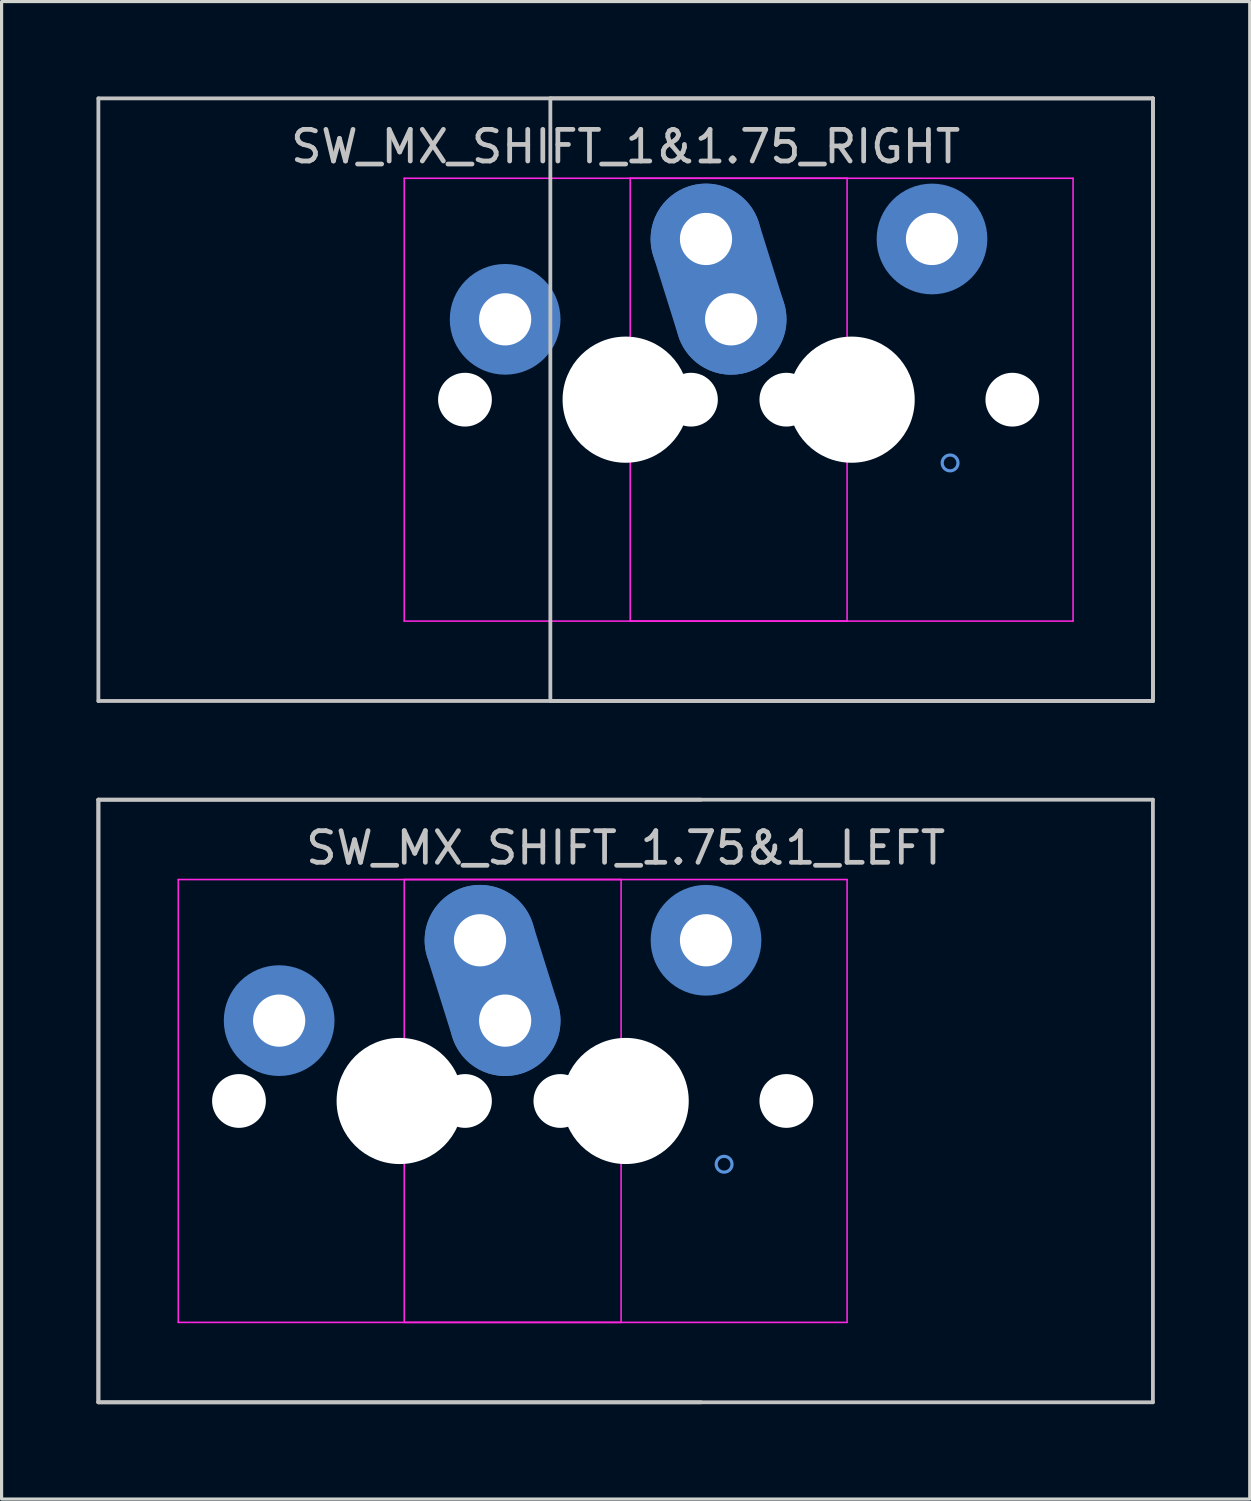
<source format=kicad_pcb>
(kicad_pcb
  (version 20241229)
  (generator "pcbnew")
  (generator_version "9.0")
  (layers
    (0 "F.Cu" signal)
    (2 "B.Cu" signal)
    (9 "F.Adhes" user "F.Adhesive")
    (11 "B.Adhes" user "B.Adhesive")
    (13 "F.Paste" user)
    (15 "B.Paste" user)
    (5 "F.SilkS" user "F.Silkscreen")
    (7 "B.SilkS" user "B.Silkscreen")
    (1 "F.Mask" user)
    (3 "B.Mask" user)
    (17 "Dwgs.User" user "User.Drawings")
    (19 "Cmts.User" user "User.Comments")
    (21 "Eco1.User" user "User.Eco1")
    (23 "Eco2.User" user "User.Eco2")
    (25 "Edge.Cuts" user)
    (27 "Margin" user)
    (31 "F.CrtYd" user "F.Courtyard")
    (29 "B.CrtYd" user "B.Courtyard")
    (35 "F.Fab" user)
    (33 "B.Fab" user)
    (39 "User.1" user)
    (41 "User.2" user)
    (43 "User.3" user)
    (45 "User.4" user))
  (footprint "SW_MX_SHIFT_1.75&1_LEFT"
    (layer "F.Cu")
    (at 9.585 31.755)
    (property "Reference" "SW_MX_SHIFT_1.75&1_LEFT" (at 7.144 -8 0) (layer "Dwgs.User") (effects (font (size 1 1) (thickness 0.15))))
    (attr through_hole exclude_from_pos_files exclude_from_bom)
    (fp_line (start -9.525 -9.525) (end -9.525 9.525) (stroke (width 0.12) (type solid)) (layer "Dwgs.User"))
    (fp_line (start -9.525 -9.525) (end -9.525 9.525) (stroke (width 0.12) (type solid)) (layer "Dwgs.User"))
    (fp_line (start -9.525 9.525) (end 9.525 9.525) (stroke (width 0.12) (type solid)) (layer "Dwgs.User"))
    (fp_line (start -9.525 9.525) (end 23.812 9.525) (stroke (width 0.12) (type solid)) (layer "Dwgs.User"))
    (fp_line (start 9.525 -9.525) (end -9.525 -9.525) (stroke (width 0.12) (type solid)) (layer "Dwgs.User"))
    (fp_line (start 23.812 -9.525) (end -9.525 -9.525) (stroke (width 0.12) (type solid)) (layer "Dwgs.User"))
    (fp_line (start 23.812 9.525) (end 23.812 -9.525) (stroke (width 0.12) (type solid)) (layer "Dwgs.User"))
    (fp_circle (center 10.256 2) (end 10.256 1.75) (stroke (width 0.1) (type default)) (fill no) (layer "Cmts.User"))
    (fp_line (start -7 6.5) (end -7 -6.5) (stroke (width 0.05) (type solid)) (layer "Eco2.User"))
    (fp_line (start -6.5 -7) (end 6.5 -7) (stroke (width 0.05) (type solid)) (layer "Eco2.User"))
    (fp_line (start 0.144 6.5) (end 0.144 -6.5) (stroke (width 0.05) (type solid)) (layer "Eco2.User"))
    (fp_line (start 0.644 -7) (end 13.644 -7) (stroke (width 0.05) (type solid)) (layer "Eco2.User"))
    (fp_line (start 6.5 7) (end -6.5 7) (stroke (width 0.05) (type solid)) (layer "Eco2.User"))
    (fp_line (start 7 -6.5) (end 7 6.5) (stroke (width 0.05) (type solid)) (layer "Eco2.User"))
    (fp_line (start 13.644 7) (end 0.644 7) (stroke (width 0.05) (type solid)) (layer "Eco2.User"))
    (fp_line (start 14.144 -6.5) (end 14.144 6.5) (stroke (width 0.05) (type solid)) (layer "Eco2.User"))
    (fp_arc (start -7 -6.5) (mid -6.853553 -6.853553) (end -6.5 -7) (stroke (width 0.05) (type solid)) (layer "Eco2.User"))
    (fp_arc (start -6.5 7) (mid -6.853553 6.853553) (end -7 6.5) (stroke (width 0.05) (type solid)) (layer "Eco2.User"))
    (fp_arc (start 0.14375 -6.5) (mid 0.290197 -6.853553) (end 0.64375 -7) (stroke (width 0.05) (type solid)) (layer "Eco2.User"))
    (fp_arc (start 0.64375 7) (mid 0.290197 6.853553) (end 0.14375 6.5) (stroke (width 0.05) (type solid)) (layer "Eco2.User"))
    (fp_arc (start 6.5 -7) (mid 6.853553 -6.853553) (end 7 -6.5) (stroke (width 0.05) (type solid)) (layer "Eco2.User"))
    (fp_arc (start 6.997236 6.498884) (mid 6.850805 6.852453) (end 6.497236 6.998884) (stroke (width 0.05) (type solid)) (layer "Eco2.User"))
    (fp_arc (start 13.64375 -7) (mid 13.997303 -6.853553) (end 14.14375 -6.5) (stroke (width 0.05) (type solid)) (layer "Eco2.User"))
    (fp_arc (start 14.140986 6.498884) (mid 13.994547 6.85246) (end 13.640986 6.998884) (stroke (width 0.05) (type solid)) (layer "Eco2.User"))
    (fp_line (start -7 -7) (end -7 7) (stroke (width 0.05) (type solid)) (layer "F.CrtYd"))
    (fp_line (start -7 7) (end 7 7) (stroke (width 0.05) (type solid)) (layer "F.CrtYd"))
    (fp_line (start 0.144 -7) (end 0.144 7) (stroke (width 0.05) (type solid)) (layer "F.CrtYd"))
    (fp_line (start 0.144 7) (end 14.144 7) (stroke (width 0.05) (type solid)) (layer "F.CrtYd"))
    (fp_line (start 7 -7) (end -7 -7) (stroke (width 0.05) (type solid)) (layer "F.CrtYd"))
    (fp_line (start 7 7) (end 7 -7) (stroke (width 0.05) (type solid)) (layer "F.CrtYd"))
    (fp_line (start 14.144 -7) (end 0.144 -7) (stroke (width 0.05) (type solid)) (layer "F.CrtYd"))
    (fp_line (start 14.144 7) (end 14.144 -7) (stroke (width 0.05) (type solid)) (layer "F.CrtYd"))
    (pad "" np_thru_hole circle (at -5.08 0) (size 1.7 1.7) (drill 1.7) (layers "*.Cu" "*.Mask"))
    (pad "" np_thru_hole circle (at 0 0) (size 3.988 3.988) (drill 3.988) (layers "*.Cu" "*.Mask"))
    (pad "" np_thru_hole circle (at 2.064 0) (size 1.7 1.7) (drill 1.7) (layers "*.Cu" "*.Mask"))
    (pad "" np_thru_hole circle (at 5.08 0) (size 1.7 1.7) (drill 1.7) (layers "*.Cu" "*.Mask"))
    (pad "" np_thru_hole circle (at 7.144 0) (size 3.988 3.988) (drill 3.988) (layers "*.Cu" "*.Mask"))
    (pad "" np_thru_hole circle (at 12.224 0) (size 1.7 1.7) (drill 1.7) (layers "*.Cu" "*.Mask"))
    (pad "1" thru_hole circle (at -3.81 -2.54) (size 2 2) (drill 1.65) (layers "*.Cu") (remove_unused_layers yes) (keep_end_layers yes) (zone_layer_connections))
    (pad "1" smd circle (at -3.81 -2.54) (size 2.5 2.5) (layers "B.Cu" "B.Mask"))
    (pad "1" smd circle (at -3.81 -2.54) (size 3.5 3.5) (layers "B.Cu"))
    (pad "1" thru_hole circle (at 9.684 -5.08) (size 2 2) (drill 1.65) (layers "*.Cu") (remove_unused_layers yes) (keep_end_layers yes) (zone_layer_connections))
    (pad "1" smd circle (at 9.684 -5.08) (size 2.5 2.5) (layers "B.Cu" "B.Mask"))
    (pad "1" smd circle (at 9.684 -5.08) (size 3.5 3.5) (layers "B.Cu"))
    (pad "2" thru_hole circle (at 2.54 -5.08) (size 2 2) (drill 1.65) (layers "*.Cu") (remove_unused_layers yes) (keep_end_layers yes) (zone_layer_connections))
    (pad "2" smd circle (at 2.54 -5.08) (size 2.5 2.5) (layers "B.Cu" "B.Mask"))
    (pad "2" smd circle (at 2.54 -5.08) (size 3.5 3.5) (layers "B.Cu"))
    (pad "2" smd oval (at 2.936 -3.81 197.4) (size 2 4.661) (layers "F.Cu"))
    (pad "2" smd oval (at 2.936 -3.81 197.4) (size 3.5 6.161) (layers "B.Cu"))
    (pad "2" thru_hole circle (at 3.334 -2.54) (size 2 2) (drill 1.65) (layers "*.Cu") (remove_unused_layers yes) (keep_end_layers yes) (zone_layer_connections))
    (pad "2" smd circle (at 3.334 -2.54) (size 2.5 2.5) (layers "B.Cu" "B.Mask"))
    (pad "2" smd circle (at 3.334 -2.54) (size 3.5 3.5) (layers "B.Cu")))
  (footprint "SW_MX_SHIFT_1&1.75_RIGHT"
    (layer "F.Cu")
    (at 16.729 9.585)
    (property "Reference" "SW_MX_SHIFT_1&1.75_RIGHT" (at 0 -8 0) (layer "Dwgs.User") (effects (font (size 1 1) (thickness 0.15))))
    (attr through_hole exclude_from_pos_files exclude_from_bom)
    (fp_line (start -16.669 -9.525) (end -16.669 9.525) (stroke (width 0.12) (type solid)) (layer "Dwgs.User"))
    (fp_line (start -16.669 9.525) (end 16.669 9.525) (stroke (width 0.12) (type solid)) (layer "Dwgs.User"))
    (fp_line (start -2.381 -9.525) (end -2.381 9.525) (stroke (width 0.12) (type solid)) (layer "Dwgs.User"))
    (fp_line (start -2.381 9.525) (end 16.669 9.525) (stroke (width 0.12) (type solid)) (layer "Dwgs.User"))
    (fp_line (start 16.669 -9.525) (end -16.669 -9.525) (stroke (width 0.12) (type solid)) (layer "Dwgs.User"))
    (fp_line (start 16.669 -9.525) (end -2.381 -9.525) (stroke (width 0.12) (type solid)) (layer "Dwgs.User"))
    (fp_line (start 16.669 9.525) (end 16.669 -9.525) (stroke (width 0.12) (type solid)) (layer "Dwgs.User"))
    (fp_line (start 16.669 9.525) (end 16.669 -9.525) (stroke (width 0.12) (type solid)) (layer "Dwgs.User"))
    (fp_circle (center 10.256 2) (end 10.256 1.75) (stroke (width 0.1) (type default)) (fill no) (layer "Cmts.User"))
    (fp_line (start -7 6.5) (end -7 -6.5) (stroke (width 0.05) (type solid)) (layer "Eco2.User"))
    (fp_line (start -6.5 -7) (end 6.5 -7) (stroke (width 0.05) (type solid)) (layer "Eco2.User"))
    (fp_line (start 0.144 6.5) (end 0.144 -6.5) (stroke (width 0.05) (type solid)) (layer "Eco2.User"))
    (fp_line (start 0.644 -7) (end 13.644 -7) (stroke (width 0.05) (type solid)) (layer "Eco2.User"))
    (fp_line (start 6.5 7) (end -6.5 7) (stroke (width 0.05) (type solid)) (layer "Eco2.User"))
    (fp_line (start 7 -6.5) (end 7 6.5) (stroke (width 0.05) (type solid)) (layer "Eco2.User"))
    (fp_line (start 13.644 7) (end 0.644 7) (stroke (width 0.05) (type solid)) (layer "Eco2.User"))
    (fp_line (start 14.144 -6.5) (end 14.144 6.5) (stroke (width 0.05) (type solid)) (layer "Eco2.User"))
    (fp_arc (start -7 -6.5) (mid -6.853553 -6.853553) (end -6.5 -7) (stroke (width 0.05) (type solid)) (layer "Eco2.User"))
    (fp_arc (start -6.5 7) (mid -6.853553 6.853553) (end -7 6.5) (stroke (width 0.05) (type solid)) (layer "Eco2.User"))
    (fp_arc (start 0.14375 -6.5) (mid 0.290197 -6.853553) (end 0.64375 -7) (stroke (width 0.05) (type solid)) (layer "Eco2.User"))
    (fp_arc (start 0.64375 7) (mid 0.290197 6.853553) (end 0.14375 6.5) (stroke (width 0.05) (type solid)) (layer "Eco2.User"))
    (fp_arc (start 6.5 -7) (mid 6.853553 -6.853553) (end 7 -6.5) (stroke (width 0.05) (type solid)) (layer "Eco2.User"))
    (fp_arc (start 6.997236 6.498884) (mid 6.850789 6.852437) (end 6.497236 6.998884) (stroke (width 0.05) (type solid)) (layer "Eco2.User"))
    (fp_arc (start 13.64375 -7) (mid 13.997303 -6.853553) (end 14.14375 -6.5) (stroke (width 0.05) (type solid)) (layer "Eco2.User"))
    (fp_arc (start 14.140986 6.498884) (mid 13.994555 6.852453) (end 13.640986 6.998884) (stroke (width 0.05) (type solid)) (layer "Eco2.User"))
    (fp_line (start -7 -7) (end -7 7) (stroke (width 0.05) (type solid)) (layer "F.CrtYd"))
    (fp_line (start -7 7) (end 7 7) (stroke (width 0.05) (type solid)) (layer "F.CrtYd"))
    (fp_line (start 0.144 -7) (end 0.144 7) (stroke (width 0.05) (type solid)) (layer "F.CrtYd"))
    (fp_line (start 0.144 7) (end 14.144 7) (stroke (width 0.05) (type solid)) (layer "F.CrtYd"))
    (fp_line (start 7 -7) (end -7 -7) (stroke (width 0.05) (type solid)) (layer "F.CrtYd"))
    (fp_line (start 7 7) (end 7 -7) (stroke (width 0.05) (type solid)) (layer "F.CrtYd"))
    (fp_line (start 14.144 -7) (end 0.144 -7) (stroke (width 0.05) (type solid)) (layer "F.CrtYd"))
    (fp_line (start 14.144 7) (end 14.144 -7) (stroke (width 0.05) (type solid)) (layer "F.CrtYd"))
    (pad "" np_thru_hole circle (at -5.08 0) (size 1.7 1.7) (drill 1.7) (layers "*.Cu" "*.Mask"))
    (pad "" np_thru_hole circle (at 0 0) (size 3.988 3.988) (drill 3.988) (layers "*.Cu" "*.Mask"))
    (pad "" np_thru_hole circle (at 2.064 0) (size 1.7 1.7) (drill 1.7) (layers "*.Cu" "*.Mask"))
    (pad "" np_thru_hole circle (at 5.08 0) (size 1.7 1.7) (drill 1.7) (layers "*.Cu" "*.Mask"))
    (pad "" np_thru_hole circle (at 7.144 0) (size 3.988 3.988) (drill 3.988) (layers "*.Cu" "*.Mask"))
    (pad "" np_thru_hole circle (at 12.224 0) (size 1.7 1.7) (drill 1.7) (layers "*.Cu" "*.Mask"))
    (pad "1" thru_hole circle (at -3.81 -2.54) (size 2 2) (drill 1.65) (layers "*.Cu") (remove_unused_layers yes) (keep_end_layers yes) (zone_layer_connections))
    (pad "1" smd circle (at -3.81 -2.54) (size 2.5 2.5) (layers "B.Cu" "B.Mask"))
    (pad "1" smd circle (at -3.81 -2.54) (size 3.5 3.5) (layers "B.Cu"))
    (pad "1" thru_hole circle (at 9.684 -5.08) (size 2 2) (drill 1.65) (layers "*.Cu") (remove_unused_layers yes) (keep_end_layers yes) (zone_layer_connections))
    (pad "1" smd circle (at 9.684 -5.08) (size 2.5 2.5) (layers "B.Cu" "B.Mask"))
    (pad "1" smd circle (at 9.684 -5.08) (size 3.5 3.5) (layers "B.Cu"))
    (pad "2" thru_hole circle (at 2.54 -5.08) (size 2 2) (drill 1.65) (layers "*.Cu") (remove_unused_layers yes) (keep_end_layers yes) (zone_layer_connections))
    (pad "2" smd circle (at 2.54 -5.08) (size 2.5 2.5) (layers "B.Cu" "B.Mask"))
    (pad "2" smd circle (at 2.54 -5.08) (size 3.5 3.5) (layers "B.Cu"))
    (pad "2" smd oval (at 2.936 -3.81 197.4) (size 2 4.661) (layers "F.Cu"))
    (pad "2" smd oval (at 2.936 -3.81 197.4) (size 3.5 6.161) (layers "B.Cu"))
    (pad "2" thru_hole circle (at 3.334 -2.54) (size 2 2) (drill 1.65) (layers "*.Cu") (remove_unused_layers yes) (keep_end_layers yes) (zone_layer_connections))
    (pad "2" smd circle (at 3.334 -2.54) (size 2.5 2.5) (layers "B.Cu" "B.Mask"))
    (pad "2" smd circle (at 3.334 -2.54) (size 3.5 3.5) (layers "B.Cu")))
  (gr_rect
    (start -3 -3)
    (end 36.458 44.34)
    (stroke (width 0.1) (type default))
    (fill no)
    (layer "Edge.Cuts")))
</source>
